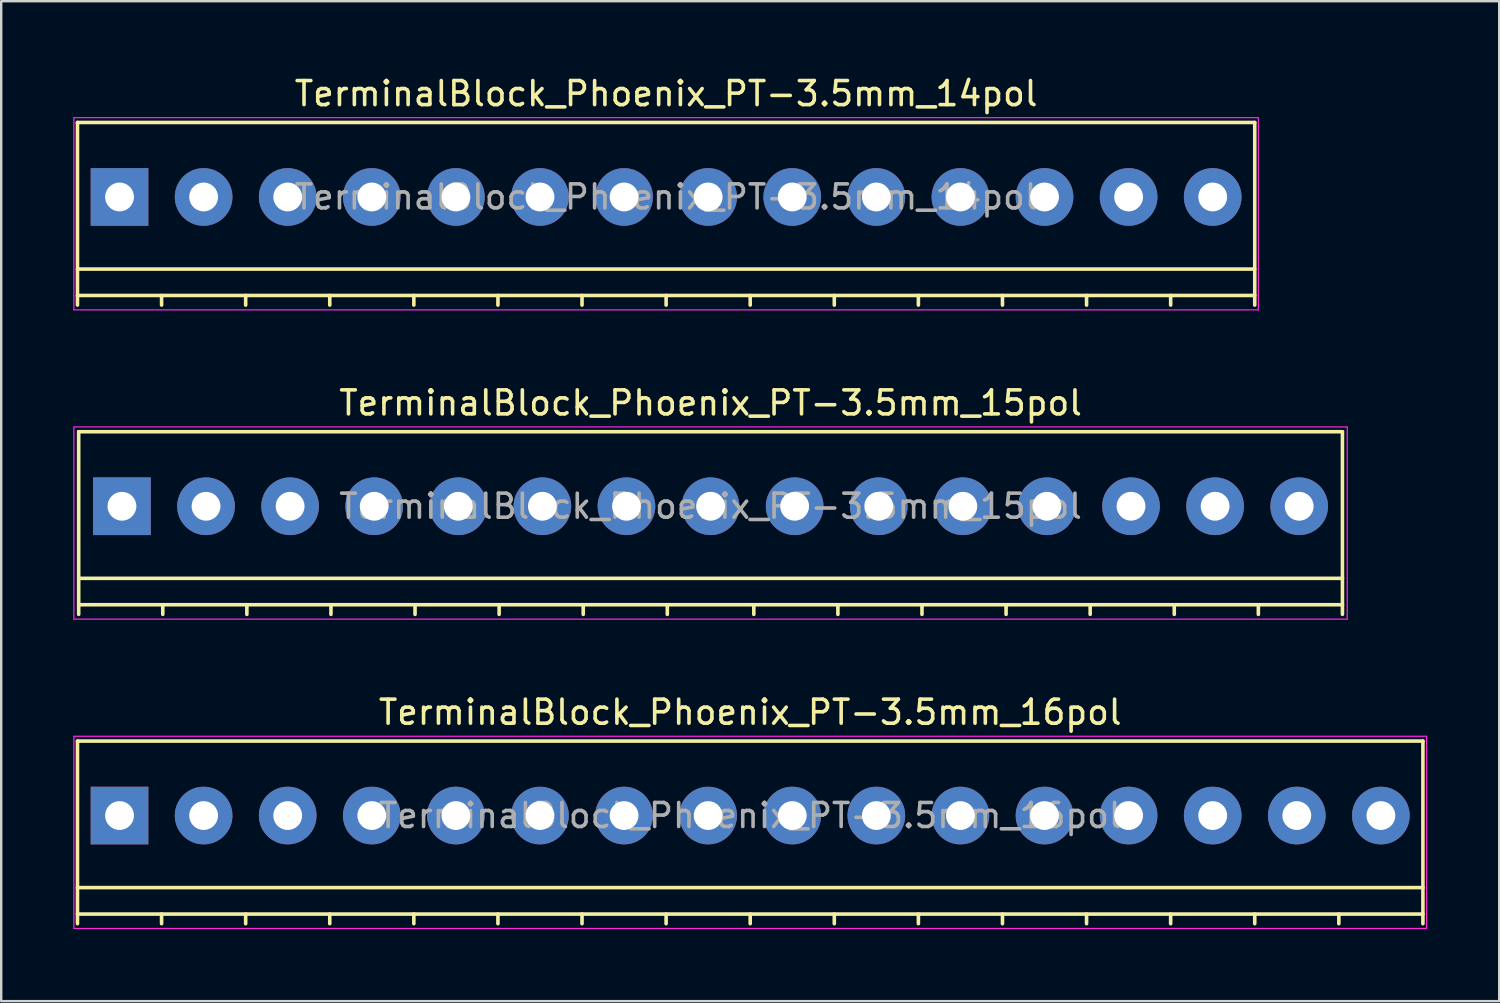
<source format=kicad_pcb>
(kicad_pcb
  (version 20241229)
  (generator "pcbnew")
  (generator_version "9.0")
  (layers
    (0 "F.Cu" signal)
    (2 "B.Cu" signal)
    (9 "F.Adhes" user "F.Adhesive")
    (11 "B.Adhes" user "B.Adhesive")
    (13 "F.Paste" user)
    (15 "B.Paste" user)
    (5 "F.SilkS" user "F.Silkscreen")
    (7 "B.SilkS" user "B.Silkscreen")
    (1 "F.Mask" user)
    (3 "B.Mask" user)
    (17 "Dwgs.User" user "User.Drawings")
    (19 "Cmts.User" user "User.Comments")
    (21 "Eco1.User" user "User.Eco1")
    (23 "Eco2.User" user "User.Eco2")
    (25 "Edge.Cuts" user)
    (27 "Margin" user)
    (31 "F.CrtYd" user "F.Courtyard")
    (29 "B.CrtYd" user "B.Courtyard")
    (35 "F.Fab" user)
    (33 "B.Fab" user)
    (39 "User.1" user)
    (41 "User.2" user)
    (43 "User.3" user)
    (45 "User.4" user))
  (footprint "TerminalBlock_Phoenix_PT-3.5mm_15pol"
    (layer "F.Cu")
    (at 2.025 18.021)
    (property "Reference" "TerminalBlock_Phoenix_PT-3.5mm_15pol" (at 24.5 -4.3 0) (layer "F.SilkS") (effects (font (size 1 1) (thickness 0.15))))
    (attr through_hole)
    (fp_line (start -1.8 -3.1) (end -1.8 4.5) (stroke (width 0.15) (type solid)) (layer "F.SilkS"))
    (fp_line (start -1.8 3) (end 50.8 3) (stroke (width 0.15) (type solid)) (layer "F.SilkS"))
    (fp_line (start -1.8 4.1) (end 50.8 4.1) (stroke (width 0.15) (type solid)) (layer "F.SilkS"))
    (fp_line (start 1.7 4.1) (end 1.7 4.5) (stroke (width 0.15) (type solid)) (layer "F.SilkS"))
    (fp_line (start 5.2 4.1) (end 5.2 4.5) (stroke (width 0.15) (type solid)) (layer "F.SilkS"))
    (fp_line (start 8.7 4.1) (end 8.7 4.5) (stroke (width 0.15) (type solid)) (layer "F.SilkS"))
    (fp_line (start 12.2 4.1) (end 12.2 4.5) (stroke (width 0.15) (type solid)) (layer "F.SilkS"))
    (fp_line (start 15.7 4.1) (end 15.7 4.5) (stroke (width 0.15) (type solid)) (layer "F.SilkS"))
    (fp_line (start 19.2 4.1) (end 19.2 4.5) (stroke (width 0.15) (type solid)) (layer "F.SilkS"))
    (fp_line (start 22.7 4.1) (end 22.7 4.5) (stroke (width 0.15) (type solid)) (layer "F.SilkS"))
    (fp_line (start 26.3 4.1) (end 26.3 4.5) (stroke (width 0.15) (type solid)) (layer "F.SilkS"))
    (fp_line (start 29.8 4.1) (end 29.8 4.5) (stroke (width 0.15) (type solid)) (layer "F.SilkS"))
    (fp_line (start 33.3 4.1) (end 33.3 4.5) (stroke (width 0.15) (type solid)) (layer "F.SilkS"))
    (fp_line (start 36.8 4.1) (end 36.8 4.5) (stroke (width 0.15) (type solid)) (layer "F.SilkS"))
    (fp_line (start 40.3 4.1) (end 40.3 4.5) (stroke (width 0.15) (type solid)) (layer "F.SilkS"))
    (fp_line (start 43.8 4.1) (end 43.8 4.5) (stroke (width 0.15) (type solid)) (layer "F.SilkS"))
    (fp_line (start 47.3 4.1) (end 47.3 4.5) (stroke (width 0.15) (type solid)) (layer "F.SilkS"))
    (fp_line (start 50.8 -3.1) (end -1.8 -3.1) (stroke (width 0.15) (type solid)) (layer "F.SilkS"))
    (fp_line (start 50.8 4.5) (end 50.8 -3.1) (stroke (width 0.15) (type solid)) (layer "F.SilkS"))
    (fp_line (start -2 -3.3) (end 51 -3.3) (stroke (width 0.05) (type solid)) (layer "F.CrtYd"))
    (fp_line (start -2 4.7) (end -2 -3.3) (stroke (width 0.05) (type solid)) (layer "F.CrtYd"))
    (fp_line (start 51 -3.3) (end 51 4.7) (stroke (width 0.05) (type solid)) (layer "F.CrtYd"))
    (fp_line (start 51 4.7) (end -2 4.7) (stroke (width 0.05) (type solid)) (layer "F.CrtYd"))
    (fp_text user "${REFERENCE}" (at 24.5 0 0) (layer "F.Fab") (effects (font (size 1 1) (thickness 0.15))))
    (pad "1" thru_hole rect (at 0 0 180) (size 2.4 2.4) (drill 1.2) (layers "*.Cu" "*.Mask"))
    (pad "2" thru_hole circle (at 3.5 0 180) (size 2.4 2.4) (drill 1.2) (layers "*.Cu" "*.Mask"))
    (pad "3" thru_hole circle (at 7 0 180) (size 2.4 2.4) (drill 1.2) (layers "*.Cu" "*.Mask"))
    (pad "4" thru_hole circle (at 10.5 0 180) (size 2.4 2.4) (drill 1.2) (layers "*.Cu" "*.Mask"))
    (pad "5" thru_hole circle (at 14 0 180) (size 2.4 2.4) (drill 1.2) (layers "*.Cu" "*.Mask"))
    (pad "6" thru_hole circle (at 17.5 0 180) (size 2.4 2.4) (drill 1.2) (layers "*.Cu" "*.Mask"))
    (pad "7" thru_hole circle (at 21 0 180) (size 2.4 2.4) (drill 1.2) (layers "*.Cu" "*.Mask"))
    (pad "8" thru_hole circle (at 24.5 0 180) (size 2.4 2.4) (drill 1.2) (layers "*.Cu" "*.Mask"))
    (pad "9" thru_hole circle (at 28 0 180) (size 2.4 2.4) (drill 1.2) (layers "*.Cu" "*.Mask"))
    (pad "10" thru_hole circle (at 31.5 0 180) (size 2.4 2.4) (drill 1.2) (layers "*.Cu" "*.Mask"))
    (pad "11" thru_hole circle (at 35 0 180) (size 2.4 2.4) (drill 1.2) (layers "*.Cu" "*.Mask"))
    (pad "12" thru_hole circle (at 38.5 0 180) (size 2.4 2.4) (drill 1.2) (layers "*.Cu" "*.Mask"))
    (pad "13" thru_hole circle (at 42 0 180) (size 2.4 2.4) (drill 1.2) (layers "*.Cu" "*.Mask"))
    (pad "14" thru_hole circle (at 45.5 0 180) (size 2.4 2.4) (drill 1.2) (layers "*.Cu" "*.Mask"))
    (pad "15" thru_hole circle (at 49 0 180) (size 2.4 2.4) (drill 1.2) (layers "*.Cu" "*.Mask")))
  (footprint "TerminalBlock_Phoenix_PT-3.5mm_16pol"
    (layer "F.Cu")
    (at 1.925 30.895)
    (property "Reference" "TerminalBlock_Phoenix_PT-3.5mm_16pol" (at 26.25 -4.3 0) (layer "F.SilkS") (effects (font (size 1 1) (thickness 0.15))))
    (attr through_hole)
    (fp_line (start -1.75 -3.1) (end -1.75 4.5) (stroke (width 0.15) (type solid)) (layer "F.SilkS"))
    (fp_line (start -1.75 3) (end 54.25 3) (stroke (width 0.15) (type solid)) (layer "F.SilkS"))
    (fp_line (start -1.75 4.1) (end 54.25 4.1) (stroke (width 0.15) (type solid)) (layer "F.SilkS"))
    (fp_line (start 1.75 4.1) (end 1.75 4.5) (stroke (width 0.15) (type solid)) (layer "F.SilkS"))
    (fp_line (start 5.25 4.1) (end 5.25 4.5) (stroke (width 0.15) (type solid)) (layer "F.SilkS"))
    (fp_line (start 8.75 4.1) (end 8.75 4.5) (stroke (width 0.15) (type solid)) (layer "F.SilkS"))
    (fp_line (start 12.25 4.1) (end 12.25 4.5) (stroke (width 0.15) (type solid)) (layer "F.SilkS"))
    (fp_line (start 15.75 4.1) (end 15.75 4.5) (stroke (width 0.15) (type solid)) (layer "F.SilkS"))
    (fp_line (start 19.25 4.1) (end 19.25 4.5) (stroke (width 0.15) (type solid)) (layer "F.SilkS"))
    (fp_line (start 22.75 4.1) (end 22.75 4.5) (stroke (width 0.15) (type solid)) (layer "F.SilkS"))
    (fp_line (start 26.25 4.1) (end 26.25 4.5) (stroke (width 0.15) (type solid)) (layer "F.SilkS"))
    (fp_line (start 29.75 4.1) (end 29.75 4.5) (stroke (width 0.15) (type solid)) (layer "F.SilkS"))
    (fp_line (start 33.25 4.1) (end 33.25 4.5) (stroke (width 0.15) (type solid)) (layer "F.SilkS"))
    (fp_line (start 36.75 4.1) (end 36.75 4.5) (stroke (width 0.15) (type solid)) (layer "F.SilkS"))
    (fp_line (start 40.25 4.1) (end 40.25 4.5) (stroke (width 0.15) (type solid)) (layer "F.SilkS"))
    (fp_line (start 43.75 4.1) (end 43.75 4.5) (stroke (width 0.15) (type solid)) (layer "F.SilkS"))
    (fp_line (start 47.25 4.1) (end 47.25 4.5) (stroke (width 0.15) (type solid)) (layer "F.SilkS"))
    (fp_line (start 50.75 4.1) (end 50.75 4.5) (stroke (width 0.15) (type solid)) (layer "F.SilkS"))
    (fp_line (start 54.25 -3.1) (end -1.75 -3.1) (stroke (width 0.15) (type solid)) (layer "F.SilkS"))
    (fp_line (start 54.25 4.5) (end 54.25 -3.1) (stroke (width 0.15) (type solid)) (layer "F.SilkS"))
    (fp_line (start -1.9 -3.3) (end 54.4 -3.3) (stroke (width 0.05) (type solid)) (layer "F.CrtYd"))
    (fp_line (start -1.9 4.7) (end -1.9 -3.3) (stroke (width 0.05) (type solid)) (layer "F.CrtYd"))
    (fp_line (start 54.4 -3.3) (end 54.4 4.7) (stroke (width 0.05) (type solid)) (layer "F.CrtYd"))
    (fp_line (start 54.4 4.7) (end -1.9 4.7) (stroke (width 0.05) (type solid)) (layer "F.CrtYd"))
    (fp_text user "${REFERENCE}" (at 26.25 0 0) (layer "F.Fab") (effects (font (size 1 1) (thickness 0.15))))
    (pad "1" thru_hole rect (at 0 0 180) (size 2.4 2.4) (drill 1.2) (layers "*.Cu" "*.Mask"))
    (pad "2" thru_hole circle (at 3.5 0 180) (size 2.4 2.4) (drill 1.2) (layers "*.Cu" "*.Mask"))
    (pad "3" thru_hole circle (at 7 0 180) (size 2.4 2.4) (drill 1.2) (layers "*.Cu" "*.Mask"))
    (pad "4" thru_hole circle (at 10.5 0 180) (size 2.4 2.4) (drill 1.2) (layers "*.Cu" "*.Mask"))
    (pad "5" thru_hole circle (at 14 0 180) (size 2.4 2.4) (drill 1.2) (layers "*.Cu" "*.Mask"))
    (pad "6" thru_hole circle (at 17.5 0 180) (size 2.4 2.4) (drill 1.2) (layers "*.Cu" "*.Mask"))
    (pad "7" thru_hole circle (at 21 0 180) (size 2.4 2.4) (drill 1.2) (layers "*.Cu" "*.Mask"))
    (pad "8" thru_hole circle (at 24.5 0 180) (size 2.4 2.4) (drill 1.2) (layers "*.Cu" "*.Mask"))
    (pad "9" thru_hole circle (at 28 0 180) (size 2.4 2.4) (drill 1.2) (layers "*.Cu" "*.Mask"))
    (pad "10" thru_hole circle (at 31.5 0 180) (size 2.4 2.4) (drill 1.2) (layers "*.Cu" "*.Mask"))
    (pad "11" thru_hole circle (at 35 0 180) (size 2.4 2.4) (drill 1.2) (layers "*.Cu" "*.Mask"))
    (pad "12" thru_hole circle (at 38.5 0 180) (size 2.4 2.4) (drill 1.2) (layers "*.Cu" "*.Mask"))
    (pad "13" thru_hole circle (at 42 0 180) (size 2.4 2.4) (drill 1.2) (layers "*.Cu" "*.Mask"))
    (pad "14" thru_hole circle (at 45.5 0 180) (size 2.4 2.4) (drill 1.2) (layers "*.Cu" "*.Mask"))
    (pad "15" thru_hole circle (at 49 0 180) (size 2.4 2.4) (drill 1.2) (layers "*.Cu" "*.Mask"))
    (pad "16" thru_hole circle (at 52.5 0 180) (size 2.4 2.4) (drill 1.2) (layers "*.Cu" "*.Mask")))
  (footprint "TerminalBlock_Phoenix_PT-3.5mm_14pol"
    (layer "F.Cu")
    (at 1.925 5.148)
    (property "Reference" "TerminalBlock_Phoenix_PT-3.5mm_14pol" (at 22.75 -4.3 0) (layer "F.SilkS") (effects (font (size 1 1) (thickness 0.15))))
    (attr through_hole)
    (fp_line (start -1.75 -3.1) (end -1.75 4.5) (stroke (width 0.15) (type solid)) (layer "F.SilkS"))
    (fp_line (start -1.75 3) (end 47.25 3) (stroke (width 0.15) (type solid)) (layer "F.SilkS"))
    (fp_line (start -1.75 4.1) (end 47.25 4.1) (stroke (width 0.15) (type solid)) (layer "F.SilkS"))
    (fp_line (start 1.75 4.1) (end 1.75 4.5) (stroke (width 0.15) (type solid)) (layer "F.SilkS"))
    (fp_line (start 5.25 4.1) (end 5.25 4.5) (stroke (width 0.15) (type solid)) (layer "F.SilkS"))
    (fp_line (start 8.75 4.1) (end 8.75 4.5) (stroke (width 0.15) (type solid)) (layer "F.SilkS"))
    (fp_line (start 12.25 4.1) (end 12.25 4.5) (stroke (width 0.15) (type solid)) (layer "F.SilkS"))
    (fp_line (start 15.75 4.1) (end 15.75 4.5) (stroke (width 0.15) (type solid)) (layer "F.SilkS"))
    (fp_line (start 19.25 4.1) (end 19.25 4.5) (stroke (width 0.15) (type solid)) (layer "F.SilkS"))
    (fp_line (start 22.75 4.1) (end 22.75 4.5) (stroke (width 0.15) (type solid)) (layer "F.SilkS"))
    (fp_line (start 26.25 4.1) (end 26.25 4.5) (stroke (width 0.15) (type solid)) (layer "F.SilkS"))
    (fp_line (start 29.75 4.1) (end 29.75 4.5) (stroke (width 0.15) (type solid)) (layer "F.SilkS"))
    (fp_line (start 33.25 4.1) (end 33.25 4.5) (stroke (width 0.15) (type solid)) (layer "F.SilkS"))
    (fp_line (start 36.75 4.1) (end 36.75 4.5) (stroke (width 0.15) (type solid)) (layer "F.SilkS"))
    (fp_line (start 40.25 4.1) (end 40.25 4.5) (stroke (width 0.15) (type solid)) (layer "F.SilkS"))
    (fp_line (start 43.75 4.1) (end 43.75 4.5) (stroke (width 0.15) (type solid)) (layer "F.SilkS"))
    (fp_line (start 47.25 -3.1) (end -1.75 -3.1) (stroke (width 0.15) (type solid)) (layer "F.SilkS"))
    (fp_line (start 47.25 4.5) (end 47.25 -3.1) (stroke (width 0.15) (type solid)) (layer "F.SilkS"))
    (fp_line (start -1.9 -3.3) (end 47.4 -3.3) (stroke (width 0.05) (type solid)) (layer "F.CrtYd"))
    (fp_line (start -1.9 4.7) (end -1.9 -3.3) (stroke (width 0.05) (type solid)) (layer "F.CrtYd"))
    (fp_line (start 47.4 -3.3) (end 47.4 4.7) (stroke (width 0.05) (type solid)) (layer "F.CrtYd"))
    (fp_line (start 47.4 4.7) (end -1.9 4.7) (stroke (width 0.05) (type solid)) (layer "F.CrtYd"))
    (fp_text user "${REFERENCE}" (at 22.75 0 0) (layer "F.Fab") (effects (font (size 1 1) (thickness 0.15))))
    (pad "1" thru_hole rect (at 0 0 180) (size 2.4 2.4) (drill 1.2) (layers "*.Cu" "*.Mask"))
    (pad "2" thru_hole circle (at 3.5 0 180) (size 2.4 2.4) (drill 1.2) (layers "*.Cu" "*.Mask"))
    (pad "3" thru_hole circle (at 7 0 180) (size 2.4 2.4) (drill 1.2) (layers "*.Cu" "*.Mask"))
    (pad "4" thru_hole circle (at 10.5 0 180) (size 2.4 2.4) (drill 1.2) (layers "*.Cu" "*.Mask"))
    (pad "5" thru_hole circle (at 14 0 180) (size 2.4 2.4) (drill 1.2) (layers "*.Cu" "*.Mask"))
    (pad "6" thru_hole circle (at 17.5 0 180) (size 2.4 2.4) (drill 1.2) (layers "*.Cu" "*.Mask"))
    (pad "7" thru_hole circle (at 21 0 180) (size 2.4 2.4) (drill 1.2) (layers "*.Cu" "*.Mask"))
    (pad "8" thru_hole circle (at 24.5 0 180) (size 2.4 2.4) (drill 1.2) (layers "*.Cu" "*.Mask"))
    (pad "9" thru_hole circle (at 28 0 180) (size 2.4 2.4) (drill 1.2) (layers "*.Cu" "*.Mask"))
    (pad "10" thru_hole circle (at 31.5 0 180) (size 2.4 2.4) (drill 1.2) (layers "*.Cu" "*.Mask"))
    (pad "11" thru_hole circle (at 35 0 180) (size 2.4 2.4) (drill 1.2) (layers "*.Cu" "*.Mask"))
    (pad "12" thru_hole circle (at 38.5 0 180) (size 2.4 2.4) (drill 1.2) (layers "*.Cu" "*.Mask"))
    (pad "13" thru_hole circle (at 42 0 180) (size 2.4 2.4) (drill 1.2) (layers "*.Cu" "*.Mask"))
    (pad "14" thru_hole circle (at 45.5 0 180) (size 2.4 2.4) (drill 1.2) (layers "*.Cu" "*.Mask")))
  (gr_rect
    (start -3 -3)
    (end 59.35 38.62)
    (stroke (width 0.1) (type default))
    (fill no)
    (layer "Edge.Cuts")))
</source>
